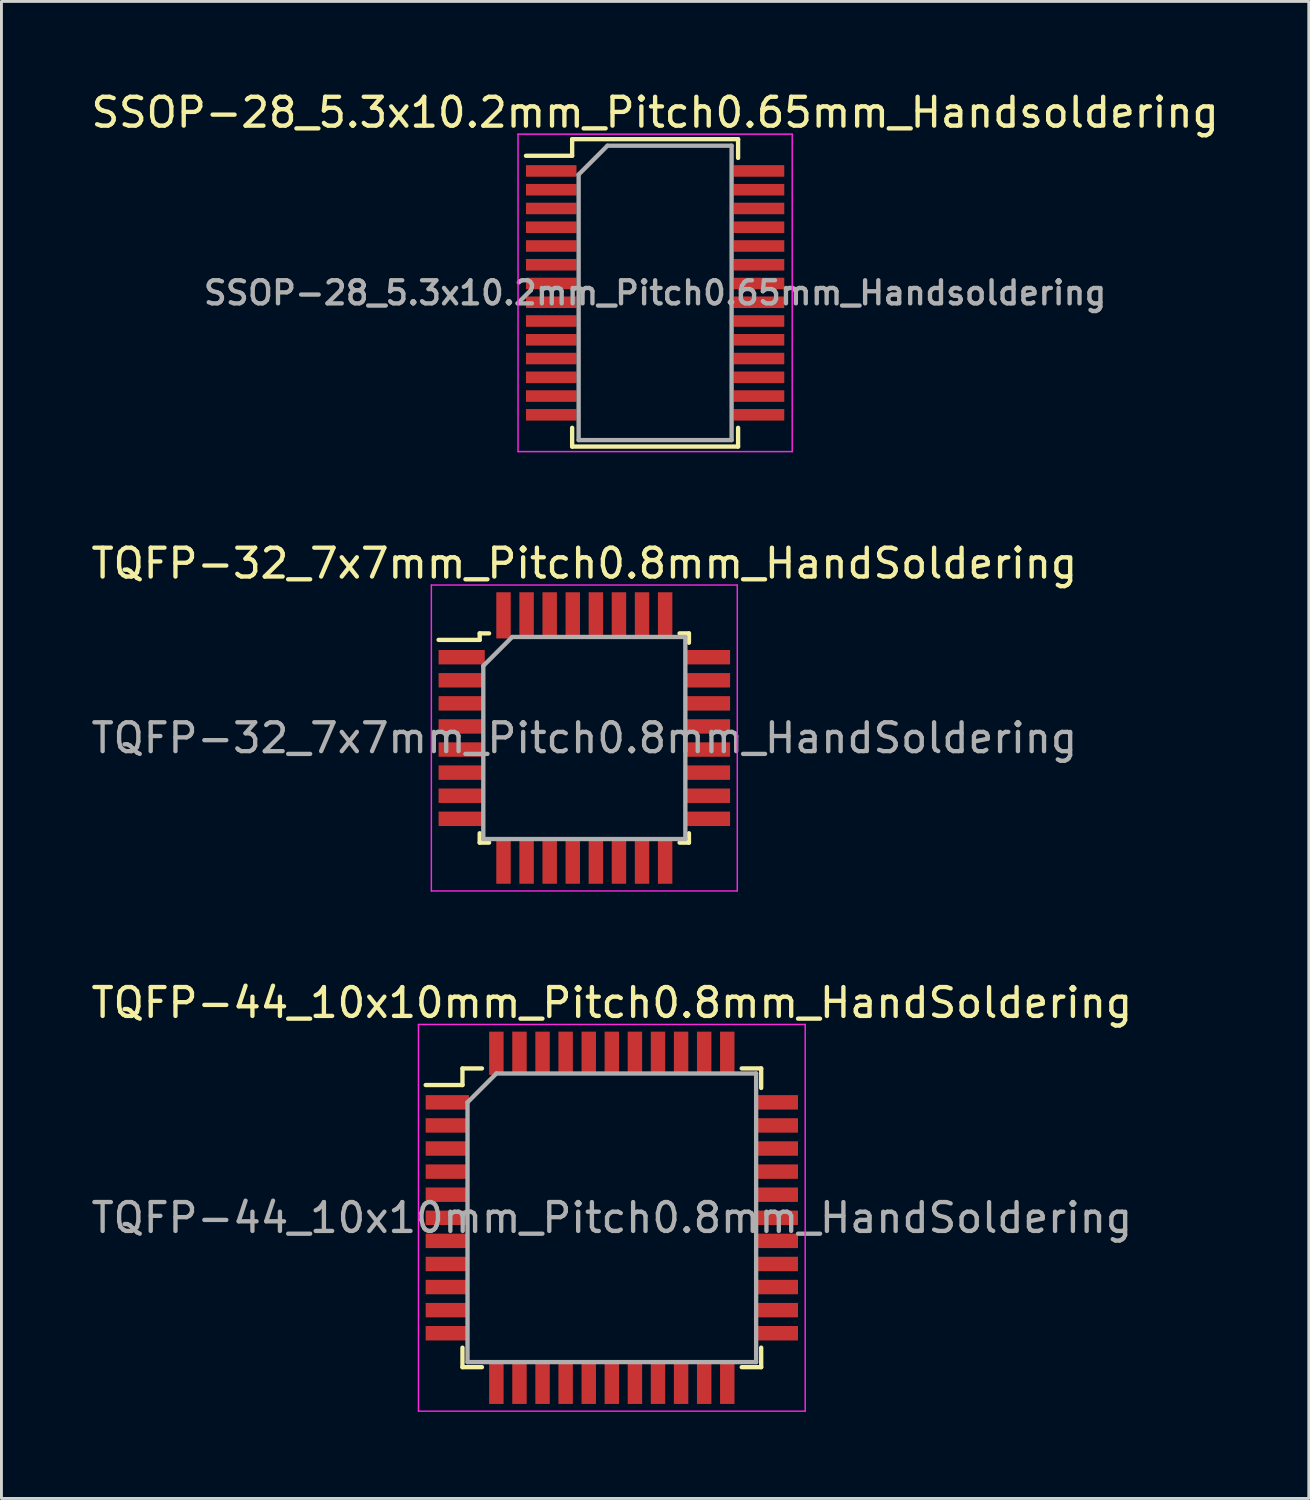
<source format=kicad_pcb>
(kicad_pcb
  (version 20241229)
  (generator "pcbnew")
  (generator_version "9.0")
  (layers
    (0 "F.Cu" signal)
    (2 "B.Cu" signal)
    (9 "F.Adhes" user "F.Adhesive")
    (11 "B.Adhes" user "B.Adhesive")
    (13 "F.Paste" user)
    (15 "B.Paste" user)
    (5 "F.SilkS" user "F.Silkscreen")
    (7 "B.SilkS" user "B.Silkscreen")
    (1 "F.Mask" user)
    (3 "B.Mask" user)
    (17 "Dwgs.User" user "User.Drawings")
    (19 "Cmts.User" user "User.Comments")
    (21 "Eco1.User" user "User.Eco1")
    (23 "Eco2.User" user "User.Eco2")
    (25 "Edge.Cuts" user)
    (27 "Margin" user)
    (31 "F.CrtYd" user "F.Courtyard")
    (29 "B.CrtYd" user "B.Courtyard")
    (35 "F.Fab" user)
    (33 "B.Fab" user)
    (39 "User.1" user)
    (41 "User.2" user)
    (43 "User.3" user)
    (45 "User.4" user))
  (footprint "TQFP-44_10x10mm_Pitch0.8mm_HandSoldering"
    (layer "F.Cu")
    (at 18.149 39.145)
    (property "Reference" "TQFP-44_10x10mm_Pitch0.8mm_HandSoldering" (at 0 -7.45 0) (layer "F.SilkS") (effects (font (size 1 1) (thickness 0.15))))
    (attr smd)
    (fp_line (start -5.175 -5.175) (end -5.175 -4.6) (stroke (width 0.15) (type solid)) (layer "F.SilkS"))
    (fp_line (start -5.175 -5.175) (end -4.5 -5.175) (stroke (width 0.15) (type solid)) (layer "F.SilkS"))
    (fp_line (start -5.175 -4.6) (end -6.45 -4.6) (stroke (width 0.15) (type solid)) (layer "F.SilkS"))
    (fp_line (start -5.175 5.175) (end -5.175 4.5) (stroke (width 0.15) (type solid)) (layer "F.SilkS"))
    (fp_line (start -5.175 5.175) (end -4.5 5.175) (stroke (width 0.15) (type solid)) (layer "F.SilkS"))
    (fp_line (start 5.175 -5.175) (end 4.5 -5.175) (stroke (width 0.15) (type solid)) (layer "F.SilkS"))
    (fp_line (start 5.175 -5.175) (end 5.175 -4.5) (stroke (width 0.15) (type solid)) (layer "F.SilkS"))
    (fp_line (start 5.175 5.175) (end 4.5 5.175) (stroke (width 0.15) (type solid)) (layer "F.SilkS"))
    (fp_line (start 5.175 5.175) (end 5.175 4.5) (stroke (width 0.15) (type solid)) (layer "F.SilkS"))
    (fp_line (start -6.7 -6.7) (end -6.7 6.7) (stroke (width 0.05) (type solid)) (layer "F.CrtYd"))
    (fp_line (start -6.7 -6.7) (end 6.7 -6.7) (stroke (width 0.05) (type solid)) (layer "F.CrtYd"))
    (fp_line (start -6.7 6.7) (end 6.7 6.7) (stroke (width 0.05) (type solid)) (layer "F.CrtYd"))
    (fp_line (start 6.7 -6.7) (end 6.7 6.7) (stroke (width 0.05) (type solid)) (layer "F.CrtYd"))
    (fp_line (start -5 -4) (end -4 -5) (stroke (width 0.15) (type solid)) (layer "F.Fab"))
    (fp_line (start -5 5) (end -5 -4) (stroke (width 0.15) (type solid)) (layer "F.Fab"))
    (fp_line (start -4 -5) (end 5 -5) (stroke (width 0.15) (type solid)) (layer "F.Fab"))
    (fp_line (start 5 -5) (end 5 5) (stroke (width 0.15) (type solid)) (layer "F.Fab"))
    (fp_line (start 5 5) (end -5 5) (stroke (width 0.15) (type solid)) (layer "F.Fab"))
    (fp_text user "${REFERENCE}" (at 0 0 0) (layer "F.Fab") (effects (font (size 1 1) (thickness 0.15))))
    (pad "1" smd rect (at -5.7 -4) (size 1.5 0.5) (layers "F.Cu" "F.Mask" "F.Paste"))
    (pad "2" smd rect (at -5.7 -3.2) (size 1.5 0.5) (layers "F.Cu" "F.Mask" "F.Paste"))
    (pad "3" smd rect (at -5.7 -2.4) (size 1.5 0.5) (layers "F.Cu" "F.Mask" "F.Paste"))
    (pad "4" smd rect (at -5.7 -1.6) (size 1.5 0.5) (layers "F.Cu" "F.Mask" "F.Paste"))
    (pad "5" smd rect (at -5.7 -0.8) (size 1.5 0.5) (layers "F.Cu" "F.Mask" "F.Paste"))
    (pad "6" smd rect (at -5.7 0) (size 1.5 0.5) (layers "F.Cu" "F.Mask" "F.Paste"))
    (pad "7" smd rect (at -5.7 0.8) (size 1.5 0.5) (layers "F.Cu" "F.Mask" "F.Paste"))
    (pad "8" smd rect (at -5.7 1.6) (size 1.5 0.5) (layers "F.Cu" "F.Mask" "F.Paste"))
    (pad "9" smd rect (at -5.7 2.4) (size 1.5 0.5) (layers "F.Cu" "F.Mask" "F.Paste"))
    (pad "10" smd rect (at -5.7 3.2) (size 1.5 0.5) (layers "F.Cu" "F.Mask" "F.Paste"))
    (pad "11" smd rect (at -5.7 4) (size 1.5 0.5) (layers "F.Cu" "F.Mask" "F.Paste"))
    (pad "12" smd rect (at -4 5.7 90) (size 1.5 0.5) (layers "F.Cu" "F.Mask" "F.Paste"))
    (pad "13" smd rect (at -3.2 5.7 90) (size 1.5 0.5) (layers "F.Cu" "F.Mask" "F.Paste"))
    (pad "14" smd rect (at -2.4 5.7 90) (size 1.5 0.5) (layers "F.Cu" "F.Mask" "F.Paste"))
    (pad "15" smd rect (at -1.6 5.7 90) (size 1.5 0.5) (layers "F.Cu" "F.Mask" "F.Paste"))
    (pad "16" smd rect (at -0.8 5.7 90) (size 1.5 0.5) (layers "F.Cu" "F.Mask" "F.Paste"))
    (pad "17" smd rect (at 0 5.7 90) (size 1.5 0.5) (layers "F.Cu" "F.Mask" "F.Paste"))
    (pad "18" smd rect (at 0.8 5.7 90) (size 1.5 0.5) (layers "F.Cu" "F.Mask" "F.Paste"))
    (pad "19" smd rect (at 1.6 5.7 90) (size 1.5 0.5) (layers "F.Cu" "F.Mask" "F.Paste"))
    (pad "20" smd rect (at 2.4 5.7 90) (size 1.5 0.5) (layers "F.Cu" "F.Mask" "F.Paste"))
    (pad "21" smd rect (at 3.2 5.7 90) (size 1.5 0.5) (layers "F.Cu" "F.Mask" "F.Paste"))
    (pad "22" smd rect (at 4 5.7 90) (size 1.5 0.5) (layers "F.Cu" "F.Mask" "F.Paste"))
    (pad "23" smd rect (at 5.7 4) (size 1.5 0.5) (layers "F.Cu" "F.Mask" "F.Paste"))
    (pad "24" smd rect (at 5.7 3.2) (size 1.5 0.5) (layers "F.Cu" "F.Mask" "F.Paste"))
    (pad "25" smd rect (at 5.7 2.4) (size 1.5 0.5) (layers "F.Cu" "F.Mask" "F.Paste"))
    (pad "26" smd rect (at 5.7 1.6) (size 1.5 0.5) (layers "F.Cu" "F.Mask" "F.Paste"))
    (pad "27" smd rect (at 5.7 0.8) (size 1.5 0.5) (layers "F.Cu" "F.Mask" "F.Paste"))
    (pad "28" smd rect (at 5.7 0) (size 1.5 0.5) (layers "F.Cu" "F.Mask" "F.Paste"))
    (pad "29" smd rect (at 5.7 -0.8) (size 1.5 0.5) (layers "F.Cu" "F.Mask" "F.Paste"))
    (pad "30" smd rect (at 5.7 -1.6) (size 1.5 0.5) (layers "F.Cu" "F.Mask" "F.Paste"))
    (pad "31" smd rect (at 5.7 -2.4) (size 1.5 0.5) (layers "F.Cu" "F.Mask" "F.Paste"))
    (pad "32" smd rect (at 5.7 -3.2) (size 1.5 0.5) (layers "F.Cu" "F.Mask" "F.Paste"))
    (pad "33" smd rect (at 5.7 -4) (size 1.5 0.5) (layers "F.Cu" "F.Mask" "F.Paste"))
    (pad "34" smd rect (at 4 -5.7 90) (size 1.5 0.5) (layers "F.Cu" "F.Mask" "F.Paste"))
    (pad "35" smd rect (at 3.2 -5.7 90) (size 1.5 0.5) (layers "F.Cu" "F.Mask" "F.Paste"))
    (pad "36" smd rect (at 2.4 -5.7 90) (size 1.5 0.5) (layers "F.Cu" "F.Mask" "F.Paste"))
    (pad "37" smd rect (at 1.6 -5.7 90) (size 1.5 0.5) (layers "F.Cu" "F.Mask" "F.Paste"))
    (pad "38" smd rect (at 0.8 -5.7 90) (size 1.5 0.5) (layers "F.Cu" "F.Mask" "F.Paste"))
    (pad "39" smd rect (at 0 -5.7 90) (size 1.5 0.5) (layers "F.Cu" "F.Mask" "F.Paste"))
    (pad "40" smd rect (at -0.8 -5.7 90) (size 1.5 0.5) (layers "F.Cu" "F.Mask" "F.Paste"))
    (pad "41" smd rect (at -1.6 -5.7 90) (size 1.5 0.5) (layers "F.Cu" "F.Mask" "F.Paste"))
    (pad "42" smd rect (at -2.4 -5.7 90) (size 1.5 0.5) (layers "F.Cu" "F.Mask" "F.Paste"))
    (pad "43" smd rect (at -3.2 -5.7 90) (size 1.5 0.5) (layers "F.Cu" "F.Mask" "F.Paste"))
    (pad "44" smd rect (at -4 -5.7 90) (size 1.5 0.5) (layers "F.Cu" "F.Mask" "F.Paste")))
  (footprint "SSOP-28_5.3x10.2mm_Pitch0.65mm_Handsoldering"
    (layer "F.Cu")
    (at 19.649 7.098)
    (property "Reference" "SSOP-28_5.3x10.2mm_Pitch0.65mm_Handsoldering" (at 0 -6.25 0) (layer "F.SilkS") (effects (font (size 1 1) (thickness 0.15))))
    (attr smd)
    (fp_line (start -2.875 -5.325) (end -2.875 -4.75) (stroke (width 0.15) (type solid)) (layer "F.SilkS"))
    (fp_line (start -2.875 -5.325) (end 2.875 -5.325) (stroke (width 0.15) (type solid)) (layer "F.SilkS"))
    (fp_line (start -2.875 -4.75) (end -4.475 -4.75) (stroke (width 0.15) (type solid)) (layer "F.SilkS"))
    (fp_line (start -2.875 5.325) (end -2.875 4.675) (stroke (width 0.15) (type solid)) (layer "F.SilkS"))
    (fp_line (start -2.875 5.325) (end 2.875 5.325) (stroke (width 0.15) (type solid)) (layer "F.SilkS"))
    (fp_line (start 2.875 -5.325) (end 2.875 -4.675) (stroke (width 0.15) (type solid)) (layer "F.SilkS"))
    (fp_line (start 2.875 5.325) (end 2.875 4.675) (stroke (width 0.15) (type solid)) (layer "F.SilkS"))
    (fp_line (start -4.75 -5.5) (end -4.75 5.5) (stroke (width 0.05) (type solid)) (layer "F.CrtYd"))
    (fp_line (start -4.75 -5.5) (end 4.75 -5.5) (stroke (width 0.05) (type solid)) (layer "F.CrtYd"))
    (fp_line (start -4.75 5.5) (end 4.75 5.5) (stroke (width 0.05) (type solid)) (layer "F.CrtYd"))
    (fp_line (start 4.75 -5.5) (end 4.75 5.5) (stroke (width 0.05) (type solid)) (layer "F.CrtYd"))
    (fp_line (start -2.65 -4.1) (end -1.65 -5.1) (stroke (width 0.15) (type solid)) (layer "F.Fab"))
    (fp_line (start -2.65 5.1) (end -2.65 -4.1) (stroke (width 0.15) (type solid)) (layer "F.Fab"))
    (fp_line (start -1.65 -5.1) (end 2.65 -5.1) (stroke (width 0.15) (type solid)) (layer "F.Fab"))
    (fp_line (start 2.65 -5.1) (end 2.65 5.1) (stroke (width 0.15) (type solid)) (layer "F.Fab"))
    (fp_line (start 2.65 5.1) (end -2.65 5.1) (stroke (width 0.15) (type solid)) (layer "F.Fab"))
    (fp_text user "${REFERENCE}" (at 0 0 0) (layer "F.Fab") (effects (font (size 0.8 0.8) (thickness 0.15))))
    (pad "1" smd rect (at -3.6 -4.225) (size 1.75 0.4) (layers "F.Cu" "F.Mask" "F.Paste"))
    (pad "2" smd rect (at -3.6 -3.575) (size 1.75 0.4) (layers "F.Cu" "F.Mask" "F.Paste"))
    (pad "3" smd rect (at -3.6 -2.925) (size 1.75 0.4) (layers "F.Cu" "F.Mask" "F.Paste"))
    (pad "4" smd rect (at -3.6 -2.275) (size 1.75 0.4) (layers "F.Cu" "F.Mask" "F.Paste"))
    (pad "5" smd rect (at -3.6 -1.625) (size 1.75 0.4) (layers "F.Cu" "F.Mask" "F.Paste"))
    (pad "6" smd rect (at -3.6 -0.975) (size 1.75 0.4) (layers "F.Cu" "F.Mask" "F.Paste"))
    (pad "7" smd rect (at -3.6 -0.325) (size 1.75 0.4) (layers "F.Cu" "F.Mask" "F.Paste"))
    (pad "8" smd rect (at -3.6 0.325) (size 1.75 0.4) (layers "F.Cu" "F.Mask" "F.Paste"))
    (pad "9" smd rect (at -3.6 0.975) (size 1.75 0.4) (layers "F.Cu" "F.Mask" "F.Paste"))
    (pad "10" smd rect (at -3.6 1.625) (size 1.75 0.4) (layers "F.Cu" "F.Mask" "F.Paste"))
    (pad "11" smd rect (at -3.6 2.275) (size 1.75 0.4) (layers "F.Cu" "F.Mask" "F.Paste"))
    (pad "12" smd rect (at -3.6 2.925) (size 1.75 0.4) (layers "F.Cu" "F.Mask" "F.Paste"))
    (pad "13" smd rect (at -3.6 3.575) (size 1.75 0.4) (layers "F.Cu" "F.Mask" "F.Paste"))
    (pad "14" smd rect (at -3.6 4.225) (size 1.75 0.4) (layers "F.Cu" "F.Mask" "F.Paste"))
    (pad "15" smd rect (at 3.6 4.225) (size 1.75 0.4) (layers "F.Cu" "F.Mask" "F.Paste"))
    (pad "16" smd rect (at 3.6 3.575) (size 1.75 0.4) (layers "F.Cu" "F.Mask" "F.Paste"))
    (pad "17" smd rect (at 3.6 2.925) (size 1.75 0.4) (layers "F.Cu" "F.Mask" "F.Paste"))
    (pad "18" smd rect (at 3.6 2.275) (size 1.75 0.4) (layers "F.Cu" "F.Mask" "F.Paste"))
    (pad "19" smd rect (at 3.6 1.625) (size 1.75 0.4) (layers "F.Cu" "F.Mask" "F.Paste"))
    (pad "20" smd rect (at 3.6 0.975) (size 1.75 0.4) (layers "F.Cu" "F.Mask" "F.Paste"))
    (pad "21" smd rect (at 3.6 0.325) (size 1.75 0.4) (layers "F.Cu" "F.Mask" "F.Paste"))
    (pad "22" smd rect (at 3.6 -0.325) (size 1.75 0.4) (layers "F.Cu" "F.Mask" "F.Paste"))
    (pad "23" smd rect (at 3.6 -0.975) (size 1.75 0.4) (layers "F.Cu" "F.Mask" "F.Paste"))
    (pad "24" smd rect (at 3.6 -1.625) (size 1.75 0.4) (layers "F.Cu" "F.Mask" "F.Paste"))
    (pad "25" smd rect (at 3.6 -2.275) (size 1.75 0.4) (layers "F.Cu" "F.Mask" "F.Paste"))
    (pad "26" smd rect (at 3.6 -2.925) (size 1.75 0.4) (layers "F.Cu" "F.Mask" "F.Paste"))
    (pad "27" smd rect (at 3.6 -3.575) (size 1.75 0.4) (layers "F.Cu" "F.Mask" "F.Paste"))
    (pad "28" smd rect (at 3.6 -4.225) (size 1.75 0.4) (layers "F.Cu" "F.Mask" "F.Paste")))
  (footprint "TQFP-32_7x7mm_Pitch0.8mm_HandSoldering"
    (layer "F.Cu")
    (at 17.196 22.521)
    (property "Reference" "TQFP-32_7x7mm_Pitch0.8mm_HandSoldering" (at 0 -6.05 0) (layer "F.SilkS") (effects (font (size 1 1) (thickness 0.15))))
    (attr smd)
    (fp_line (start -3.625 -3.625) (end -3.625 -3.4) (stroke (width 0.15) (type solid)) (layer "F.SilkS"))
    (fp_line (start -3.625 -3.625) (end -3.3 -3.625) (stroke (width 0.15) (type solid)) (layer "F.SilkS"))
    (fp_line (start -3.625 -3.4) (end -5.05 -3.4) (stroke (width 0.15) (type solid)) (layer "F.SilkS"))
    (fp_line (start -3.625 3.625) (end -3.625 3.3) (stroke (width 0.15) (type solid)) (layer "F.SilkS"))
    (fp_line (start -3.625 3.625) (end -3.3 3.625) (stroke (width 0.15) (type solid)) (layer "F.SilkS"))
    (fp_line (start 3.625 -3.625) (end 3.3 -3.625) (stroke (width 0.15) (type solid)) (layer "F.SilkS"))
    (fp_line (start 3.625 -3.625) (end 3.625 -3.3) (stroke (width 0.15) (type solid)) (layer "F.SilkS"))
    (fp_line (start 3.625 3.625) (end 3.3 3.625) (stroke (width 0.15) (type solid)) (layer "F.SilkS"))
    (fp_line (start 3.625 3.625) (end 3.625 3.3) (stroke (width 0.15) (type solid)) (layer "F.SilkS"))
    (fp_line (start -5.3 -5.3) (end -5.3 5.3) (stroke (width 0.05) (type solid)) (layer "F.CrtYd"))
    (fp_line (start -5.3 -5.3) (end 5.3 -5.3) (stroke (width 0.05) (type solid)) (layer "F.CrtYd"))
    (fp_line (start -5.3 5.3) (end 5.3 5.3) (stroke (width 0.05) (type solid)) (layer "F.CrtYd"))
    (fp_line (start 5.3 -5.3) (end 5.3 5.3) (stroke (width 0.05) (type solid)) (layer "F.CrtYd"))
    (fp_line (start -3.5 -2.5) (end -2.5 -3.5) (stroke (width 0.15) (type solid)) (layer "F.Fab"))
    (fp_line (start -3.5 3.5) (end -3.5 -2.5) (stroke (width 0.15) (type solid)) (layer "F.Fab"))
    (fp_line (start -2.5 -3.5) (end 3.5 -3.5) (stroke (width 0.15) (type solid)) (layer "F.Fab"))
    (fp_line (start 3.5 -3.5) (end 3.5 3.5) (stroke (width 0.15) (type solid)) (layer "F.Fab"))
    (fp_line (start 3.5 3.5) (end -3.5 3.5) (stroke (width 0.15) (type solid)) (layer "F.Fab"))
    (fp_text user "${REFERENCE}" (at 0 0 0) (layer "F.Fab") (effects (font (size 1 1) (thickness 0.15))))
    (pad "1" smd rect (at -4.25 -2.8) (size 1.6 0.5) (layers "F.Cu" "F.Mask" "F.Paste"))
    (pad "2" smd rect (at -4.25 -2) (size 1.6 0.5) (layers "F.Cu" "F.Mask" "F.Paste"))
    (pad "3" smd rect (at -4.25 -1.2) (size 1.6 0.5) (layers "F.Cu" "F.Mask" "F.Paste"))
    (pad "4" smd rect (at -4.25 -0.4) (size 1.6 0.5) (layers "F.Cu" "F.Mask" "F.Paste"))
    (pad "5" smd rect (at -4.25 0.4) (size 1.6 0.5) (layers "F.Cu" "F.Mask" "F.Paste"))
    (pad "6" smd rect (at -4.25 1.2) (size 1.6 0.5) (layers "F.Cu" "F.Mask" "F.Paste"))
    (pad "7" smd rect (at -4.25 2) (size 1.6 0.5) (layers "F.Cu" "F.Mask" "F.Paste"))
    (pad "8" smd rect (at -4.25 2.8) (size 1.6 0.5) (layers "F.Cu" "F.Mask" "F.Paste"))
    (pad "9" smd rect (at -2.8 4.25 90) (size 1.6 0.5) (layers "F.Cu" "F.Mask" "F.Paste"))
    (pad "10" smd rect (at -2 4.25 90) (size 1.6 0.5) (layers "F.Cu" "F.Mask" "F.Paste"))
    (pad "11" smd rect (at -1.2 4.25 90) (size 1.6 0.5) (layers "F.Cu" "F.Mask" "F.Paste"))
    (pad "12" smd rect (at -0.4 4.25 90) (size 1.6 0.5) (layers "F.Cu" "F.Mask" "F.Paste"))
    (pad "13" smd rect (at 0.4 4.25 90) (size 1.6 0.5) (layers "F.Cu" "F.Mask" "F.Paste"))
    (pad "14" smd rect (at 1.2 4.25 90) (size 1.6 0.5) (layers "F.Cu" "F.Mask" "F.Paste"))
    (pad "15" smd rect (at 2 4.25 90) (size 1.6 0.5) (layers "F.Cu" "F.Mask" "F.Paste"))
    (pad "16" smd rect (at 2.8 4.25 90) (size 1.6 0.5) (layers "F.Cu" "F.Mask" "F.Paste"))
    (pad "17" smd rect (at 4.25 2.8) (size 1.6 0.5) (layers "F.Cu" "F.Mask" "F.Paste"))
    (pad "18" smd rect (at 4.25 2) (size 1.6 0.5) (layers "F.Cu" "F.Mask" "F.Paste"))
    (pad "19" smd rect (at 4.25 1.2) (size 1.6 0.5) (layers "F.Cu" "F.Mask" "F.Paste"))
    (pad "20" smd rect (at 4.25 0.4) (size 1.6 0.5) (layers "F.Cu" "F.Mask" "F.Paste"))
    (pad "21" smd rect (at 4.25 -0.4) (size 1.6 0.5) (layers "F.Cu" "F.Mask" "F.Paste"))
    (pad "22" smd rect (at 4.25 -1.2) (size 1.6 0.5) (layers "F.Cu" "F.Mask" "F.Paste"))
    (pad "23" smd rect (at 4.25 -2) (size 1.6 0.5) (layers "F.Cu" "F.Mask" "F.Paste"))
    (pad "24" smd rect (at 4.25 -2.8) (size 1.6 0.5) (layers "F.Cu" "F.Mask" "F.Paste"))
    (pad "25" smd rect (at 2.8 -4.25 90) (size 1.6 0.5) (layers "F.Cu" "F.Mask" "F.Paste"))
    (pad "26" smd rect (at 2 -4.25 90) (size 1.6 0.5) (layers "F.Cu" "F.Mask" "F.Paste"))
    (pad "27" smd rect (at 1.2 -4.25 90) (size 1.6 0.5) (layers "F.Cu" "F.Mask" "F.Paste"))
    (pad "28" smd rect (at 0.4 -4.25 90) (size 1.6 0.5) (layers "F.Cu" "F.Mask" "F.Paste"))
    (pad "29" smd rect (at -0.4 -4.25 90) (size 1.6 0.5) (layers "F.Cu" "F.Mask" "F.Paste"))
    (pad "30" smd rect (at -1.2 -4.25 90) (size 1.6 0.5) (layers "F.Cu" "F.Mask" "F.Paste"))
    (pad "31" smd rect (at -2 -4.25 90) (size 1.6 0.5) (layers "F.Cu" "F.Mask" "F.Paste"))
    (pad "32" smd rect (at -2.8 -4.25 90) (size 1.6 0.5) (layers "F.Cu" "F.Mask" "F.Paste")))
  (gr_rect
    (start -3 -3)
    (end 42.298 48.87)
    (stroke (width 0.1) (type default))
    (fill no)
    (layer "Edge.Cuts")))
</source>
